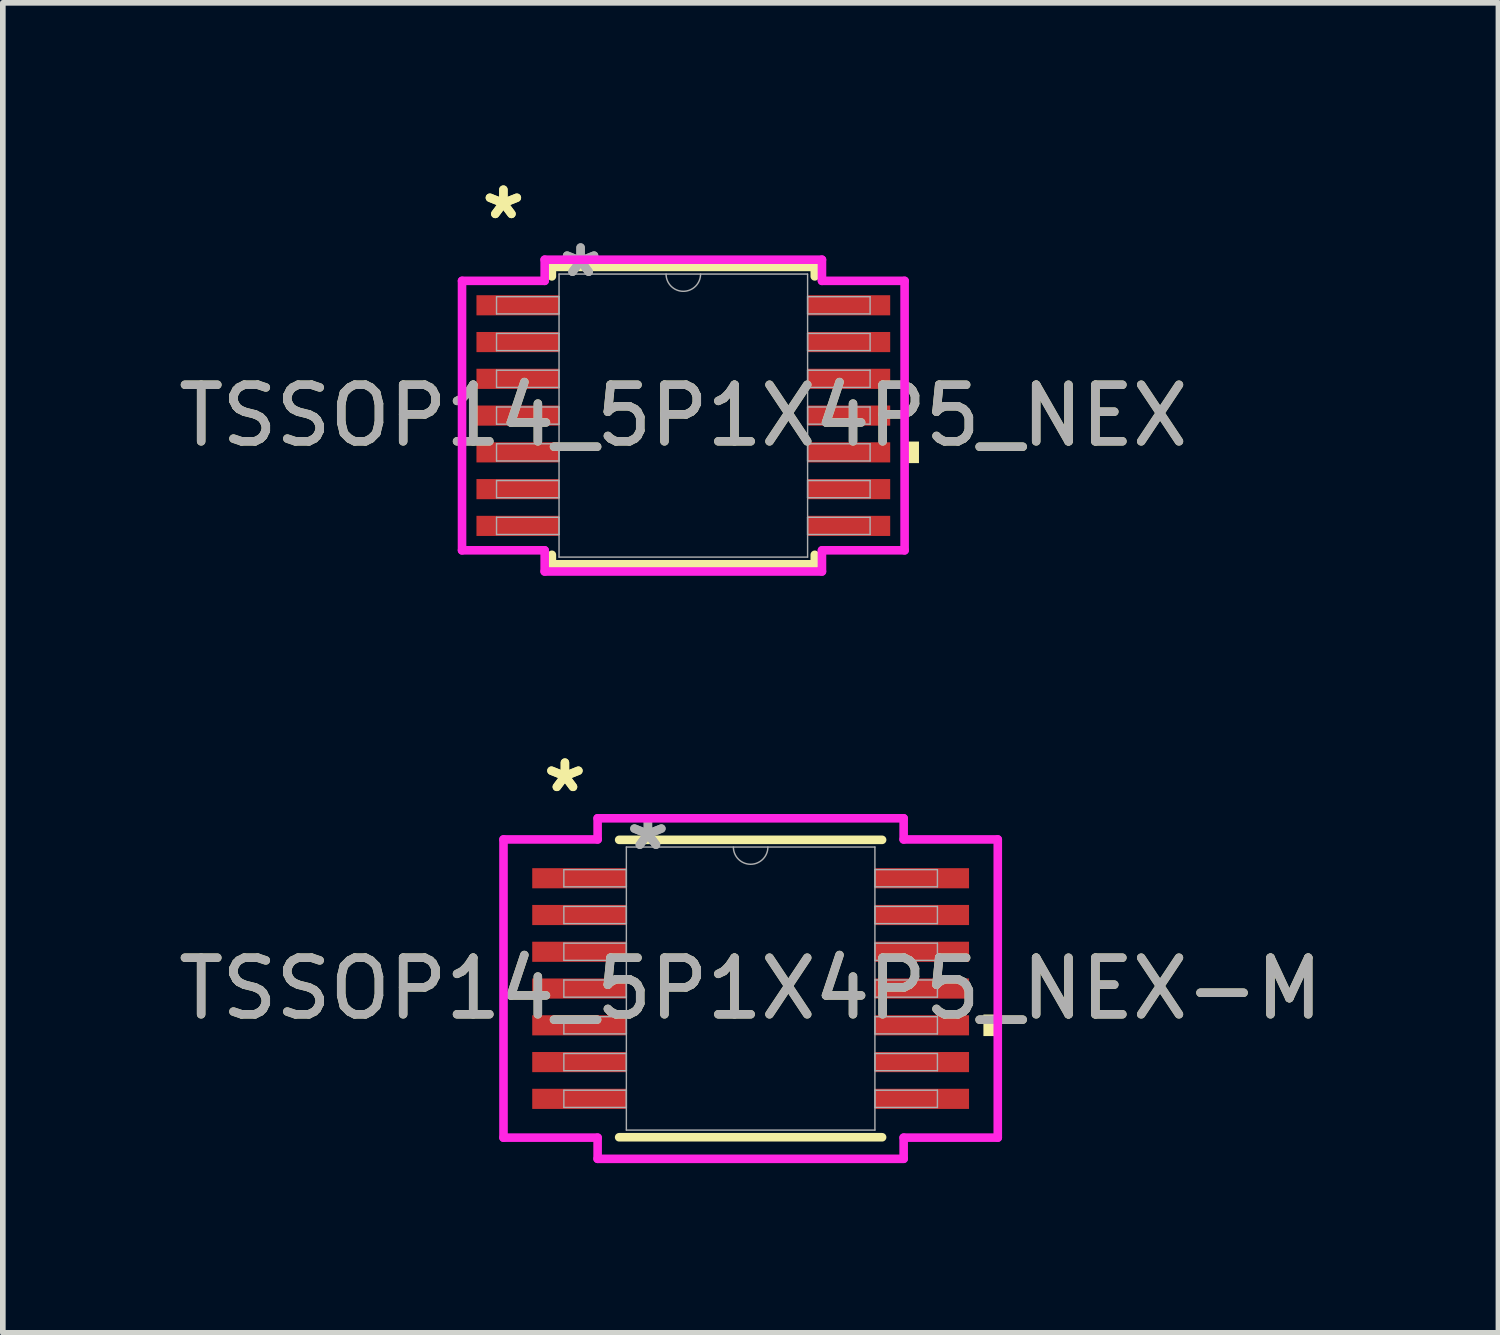
<source format=kicad_pcb>
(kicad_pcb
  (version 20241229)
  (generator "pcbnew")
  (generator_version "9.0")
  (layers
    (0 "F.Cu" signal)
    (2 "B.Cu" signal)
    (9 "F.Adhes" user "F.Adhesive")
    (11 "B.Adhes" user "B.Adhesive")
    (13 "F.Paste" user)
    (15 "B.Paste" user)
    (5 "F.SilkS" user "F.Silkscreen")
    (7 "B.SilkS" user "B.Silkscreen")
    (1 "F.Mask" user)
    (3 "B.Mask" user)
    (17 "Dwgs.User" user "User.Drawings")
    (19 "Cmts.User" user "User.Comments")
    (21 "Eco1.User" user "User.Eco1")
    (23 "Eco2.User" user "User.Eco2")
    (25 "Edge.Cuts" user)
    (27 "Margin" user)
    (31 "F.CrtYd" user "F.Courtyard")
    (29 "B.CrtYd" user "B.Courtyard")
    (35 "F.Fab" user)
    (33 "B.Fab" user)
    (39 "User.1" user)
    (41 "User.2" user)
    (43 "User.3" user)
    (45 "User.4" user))
  (footprint "TSSOP14_5P1X4P5_NEX"
    (layer "F.Cu")
    (at 9.03 4.297)
    (property "Reference" "TSSOP14_5P1X4P5_NEX" (at 0 0 0) (unlocked yes) (layer "F.SilkS") (effects (font (size 1 1) (thickness 0.15))))
    (attr smd)
    (fp_line (start -2.324 -2.629) (end -2.324 -2.461) (stroke (width 0.152) (type solid)) (layer "F.SilkS"))
    (fp_line (start -2.324 2.461) (end -2.324 2.629) (stroke (width 0.152) (type solid)) (layer "F.SilkS"))
    (fp_line (start -2.324 2.629) (end 2.324 2.629) (stroke (width 0.152) (type solid)) (layer "F.SilkS"))
    (fp_line (start 2.324 -2.629) (end -2.324 -2.629) (stroke (width 0.152) (type solid)) (layer "F.SilkS"))
    (fp_line (start 2.324 -2.461) (end 2.324 -2.629) (stroke (width 0.152) (type solid)) (layer "F.SilkS"))
    (fp_line (start 2.324 2.629) (end 2.324 2.461) (stroke (width 0.152) (type solid)) (layer "F.SilkS"))
    (fp_poly (pts (xy 4.166 0.459) (xy 4.166 0.84) (xy 3.912 0.84) (xy 3.912 0.459)) (stroke (width 0) (type solid)) (fill yes) (layer "F.SilkS"))
    (fp_line (start -3.912 -2.382) (end -2.451 -2.382) (stroke (width 0.152) (type solid)) (layer "F.CrtYd"))
    (fp_line (start -3.912 2.382) (end -3.912 -2.382) (stroke (width 0.152) (type solid)) (layer "F.CrtYd"))
    (fp_line (start -3.912 2.382) (end -2.451 2.382) (stroke (width 0.152) (type solid)) (layer "F.CrtYd"))
    (fp_line (start -2.451 -2.756) (end 2.451 -2.756) (stroke (width 0.152) (type solid)) (layer "F.CrtYd"))
    (fp_line (start -2.451 -2.382) (end -2.451 -2.756) (stroke (width 0.152) (type solid)) (layer "F.CrtYd"))
    (fp_line (start -2.451 2.756) (end -2.451 2.382) (stroke (width 0.152) (type solid)) (layer "F.CrtYd"))
    (fp_line (start 2.451 -2.756) (end 2.451 -2.382) (stroke (width 0.152) (type solid)) (layer "F.CrtYd"))
    (fp_line (start 2.451 2.382) (end 2.451 2.756) (stroke (width 0.152) (type solid)) (layer "F.CrtYd"))
    (fp_line (start 2.451 2.756) (end -2.451 2.756) (stroke (width 0.152) (type solid)) (layer "F.CrtYd"))
    (fp_line (start 3.912 -2.382) (end 2.451 -2.382) (stroke (width 0.152) (type solid)) (layer "F.CrtYd"))
    (fp_line (start 3.912 -2.382) (end 3.912 2.382) (stroke (width 0.152) (type solid)) (layer "F.CrtYd"))
    (fp_line (start 3.912 2.382) (end 2.451 2.382) (stroke (width 0.152) (type solid)) (layer "F.CrtYd"))
    (fp_line (start -3.302 -2.102) (end -3.302 -1.798) (stroke (width 0.025) (type solid)) (layer "F.Fab"))
    (fp_line (start -3.302 -1.798) (end -2.197 -1.798) (stroke (width 0.025) (type solid)) (layer "F.Fab"))
    (fp_line (start -3.302 -1.452) (end -3.302 -1.148) (stroke (width 0.025) (type solid)) (layer "F.Fab"))
    (fp_line (start -3.302 -1.148) (end -2.197 -1.148) (stroke (width 0.025) (type solid)) (layer "F.Fab"))
    (fp_line (start -3.302 -0.802) (end -3.302 -0.498) (stroke (width 0.025) (type solid)) (layer "F.Fab"))
    (fp_line (start -3.302 -0.498) (end -2.197 -0.498) (stroke (width 0.025) (type solid)) (layer "F.Fab"))
    (fp_line (start -3.302 -0.152) (end -3.302 0.152) (stroke (width 0.025) (type solid)) (layer "F.Fab"))
    (fp_line (start -3.302 0.152) (end -2.197 0.152) (stroke (width 0.025) (type solid)) (layer "F.Fab"))
    (fp_line (start -3.302 0.498) (end -3.302 0.802) (stroke (width 0.025) (type solid)) (layer "F.Fab"))
    (fp_line (start -3.302 0.802) (end -2.197 0.802) (stroke (width 0.025) (type solid)) (layer "F.Fab"))
    (fp_line (start -3.302 1.148) (end -3.302 1.452) (stroke (width 0.025) (type solid)) (layer "F.Fab"))
    (fp_line (start -3.302 1.452) (end -2.197 1.452) (stroke (width 0.025) (type solid)) (layer "F.Fab"))
    (fp_line (start -3.302 1.798) (end -3.302 2.102) (stroke (width 0.025) (type solid)) (layer "F.Fab"))
    (fp_line (start -3.302 2.102) (end -2.197 2.102) (stroke (width 0.025) (type solid)) (layer "F.Fab"))
    (fp_line (start -2.197 -2.502) (end -2.197 2.502) (stroke (width 0.025) (type solid)) (layer "F.Fab"))
    (fp_line (start -2.197 -2.102) (end -3.302 -2.102) (stroke (width 0.025) (type solid)) (layer "F.Fab"))
    (fp_line (start -2.197 -1.798) (end -2.197 -2.102) (stroke (width 0.025) (type solid)) (layer "F.Fab"))
    (fp_line (start -2.197 -1.452) (end -3.302 -1.452) (stroke (width 0.025) (type solid)) (layer "F.Fab"))
    (fp_line (start -2.197 -1.148) (end -2.197 -1.452) (stroke (width 0.025) (type solid)) (layer "F.Fab"))
    (fp_line (start -2.197 -0.802) (end -3.302 -0.802) (stroke (width 0.025) (type solid)) (layer "F.Fab"))
    (fp_line (start -2.197 -0.498) (end -2.197 -0.802) (stroke (width 0.025) (type solid)) (layer "F.Fab"))
    (fp_line (start -2.197 -0.152) (end -3.302 -0.152) (stroke (width 0.025) (type solid)) (layer "F.Fab"))
    (fp_line (start -2.197 0.152) (end -2.197 -0.152) (stroke (width 0.025) (type solid)) (layer "F.Fab"))
    (fp_line (start -2.197 0.498) (end -3.302 0.498) (stroke (width 0.025) (type solid)) (layer "F.Fab"))
    (fp_line (start -2.197 0.802) (end -2.197 0.498) (stroke (width 0.025) (type solid)) (layer "F.Fab"))
    (fp_line (start -2.197 1.148) (end -3.302 1.148) (stroke (width 0.025) (type solid)) (layer "F.Fab"))
    (fp_line (start -2.197 1.452) (end -2.197 1.148) (stroke (width 0.025) (type solid)) (layer "F.Fab"))
    (fp_line (start -2.197 1.798) (end -3.302 1.798) (stroke (width 0.025) (type solid)) (layer "F.Fab"))
    (fp_line (start -2.197 2.102) (end -2.197 1.798) (stroke (width 0.025) (type solid)) (layer "F.Fab"))
    (fp_line (start -2.197 2.502) (end 2.197 2.502) (stroke (width 0.025) (type solid)) (layer "F.Fab"))
    (fp_line (start 2.197 -2.502) (end -2.197 -2.502) (stroke (width 0.025) (type solid)) (layer "F.Fab"))
    (fp_line (start 2.197 -2.102) (end 2.197 -1.798) (stroke (width 0.025) (type solid)) (layer "F.Fab"))
    (fp_line (start 2.197 -1.798) (end 3.302 -1.798) (stroke (width 0.025) (type solid)) (layer "F.Fab"))
    (fp_line (start 2.197 -1.452) (end 2.197 -1.148) (stroke (width 0.025) (type solid)) (layer "F.Fab"))
    (fp_line (start 2.197 -1.148) (end 3.302 -1.148) (stroke (width 0.025) (type solid)) (layer "F.Fab"))
    (fp_line (start 2.197 -0.802) (end 2.197 -0.498) (stroke (width 0.025) (type solid)) (layer "F.Fab"))
    (fp_line (start 2.197 -0.498) (end 3.302 -0.498) (stroke (width 0.025) (type solid)) (layer "F.Fab"))
    (fp_line (start 2.197 -0.152) (end 2.197 0.152) (stroke (width 0.025) (type solid)) (layer "F.Fab"))
    (fp_line (start 2.197 0.152) (end 3.302 0.152) (stroke (width 0.025) (type solid)) (layer "F.Fab"))
    (fp_line (start 2.197 0.498) (end 2.197 0.802) (stroke (width 0.025) (type solid)) (layer "F.Fab"))
    (fp_line (start 2.197 0.802) (end 3.302 0.802) (stroke (width 0.025) (type solid)) (layer "F.Fab"))
    (fp_line (start 2.197 1.148) (end 2.197 1.452) (stroke (width 0.025) (type solid)) (layer "F.Fab"))
    (fp_line (start 2.197 1.452) (end 3.302 1.452) (stroke (width 0.025) (type solid)) (layer "F.Fab"))
    (fp_line (start 2.197 1.798) (end 2.197 2.102) (stroke (width 0.025) (type solid)) (layer "F.Fab"))
    (fp_line (start 2.197 2.102) (end 3.302 2.102) (stroke (width 0.025) (type solid)) (layer "F.Fab"))
    (fp_line (start 2.197 2.502) (end 2.197 -2.502) (stroke (width 0.025) (type solid)) (layer "F.Fab"))
    (fp_line (start 3.302 -2.102) (end 2.197 -2.102) (stroke (width 0.025) (type solid)) (layer "F.Fab"))
    (fp_line (start 3.302 -1.798) (end 3.302 -2.102) (stroke (width 0.025) (type solid)) (layer "F.Fab"))
    (fp_line (start 3.302 -1.452) (end 2.197 -1.452) (stroke (width 0.025) (type solid)) (layer "F.Fab"))
    (fp_line (start 3.302 -1.148) (end 3.302 -1.452) (stroke (width 0.025) (type solid)) (layer "F.Fab"))
    (fp_line (start 3.302 -0.802) (end 2.197 -0.802) (stroke (width 0.025) (type solid)) (layer "F.Fab"))
    (fp_line (start 3.302 -0.498) (end 3.302 -0.802) (stroke (width 0.025) (type solid)) (layer "F.Fab"))
    (fp_line (start 3.302 -0.152) (end 2.197 -0.152) (stroke (width 0.025) (type solid)) (layer "F.Fab"))
    (fp_line (start 3.302 0.152) (end 3.302 -0.152) (stroke (width 0.025) (type solid)) (layer "F.Fab"))
    (fp_line (start 3.302 0.498) (end 2.197 0.498) (stroke (width 0.025) (type solid)) (layer "F.Fab"))
    (fp_line (start 3.302 0.802) (end 3.302 0.498) (stroke (width 0.025) (type solid)) (layer "F.Fab"))
    (fp_line (start 3.302 1.148) (end 2.197 1.148) (stroke (width 0.025) (type solid)) (layer "F.Fab"))
    (fp_line (start 3.302 1.452) (end 3.302 1.148) (stroke (width 0.025) (type solid)) (layer "F.Fab"))
    (fp_line (start 3.302 1.798) (end 2.197 1.798) (stroke (width 0.025) (type solid)) (layer "F.Fab"))
    (fp_line (start 3.302 2.102) (end 3.302 1.798) (stroke (width 0.025) (type solid)) (layer "F.Fab"))
    (fp_arc (start 0.3048 -2.5019) (mid 0 -2.1971) (end -0.3048 -2.5019) (stroke (width 0.0254) (type solid)) (layer "F.Fab"))
    (fp_text user "*" (at -3.181 -3.449 0) (layer "F.SilkS") (effects (font (size 1 1) (thickness 0.15))))
    (fp_text user "*" (at -3.181 -3.449 0) (unlocked yes) (layer "F.SilkS") (effects (font (size 1 1) (thickness 0.15))))
    (fp_text user "*" (at -1.816 -2.426 0) (unlocked yes) (layer "F.Fab") (effects (font (size 1 1) (thickness 0.15))))
    (fp_text user "${REFERENCE}" (at 0 0 0) (unlocked yes) (layer "F.Fab") (effects (font (size 1 1) (thickness 0.15))))
    (fp_text user "*" (at -1.816 -2.426 0) (layer "F.Fab") (effects (font (size 1 1) (thickness 0.15))))
    (pad "1" smd rect (at -2.927 -1.95) (size 1.46 0.356) (layers "F.Cu" "F.Mask" "F.Paste"))
    (pad "2" smd rect (at -2.927 -1.3) (size 1.46 0.356) (layers "F.Cu" "F.Mask" "F.Paste"))
    (pad "3" smd rect (at -2.927 -0.65) (size 1.46 0.356) (layers "F.Cu" "F.Mask" "F.Paste"))
    (pad "4" smd rect (at -2.927 0) (size 1.46 0.356) (layers "F.Cu" "F.Mask" "F.Paste"))
    (pad "5" smd rect (at -2.927 0.65) (size 1.46 0.356) (layers "F.Cu" "F.Mask" "F.Paste"))
    (pad "6" smd rect (at -2.927 1.3) (size 1.46 0.356) (layers "F.Cu" "F.Mask" "F.Paste"))
    (pad "7" smd rect (at -2.927 1.95) (size 1.46 0.356) (layers "F.Cu" "F.Mask" "F.Paste"))
    (pad "8" smd rect (at 2.927 1.95) (size 1.46 0.356) (layers "F.Cu" "F.Mask" "F.Paste"))
    (pad "9" smd rect (at 2.927 1.3) (size 1.46 0.356) (layers "F.Cu" "F.Mask" "F.Paste"))
    (pad "10" smd rect (at 2.927 0.65) (size 1.46 0.356) (layers "F.Cu" "F.Mask" "F.Paste"))
    (pad "11" smd rect (at 2.927 0) (size 1.46 0.356) (layers "F.Cu" "F.Mask" "F.Paste"))
    (pad "12" smd rect (at 2.927 -0.65) (size 1.46 0.356) (layers "F.Cu" "F.Mask" "F.Paste"))
    (pad "13" smd rect (at 2.927 -1.3) (size 1.46 0.356) (layers "F.Cu" "F.Mask" "F.Paste"))
    (pad "14" smd rect (at 2.927 -1.95) (size 1.46 0.356) (layers "F.Cu" "F.Mask" "F.Paste")))
  (footprint "TSSOP14_5P1X4P5_NEX-M"
    (layer "F.Cu")
    (at 10.22 14.426)
    (property "Reference" "TSSOP14_5P1X4P5_NEX-M" (at 0 0 0) (unlocked yes) (layer "F.SilkS") (effects (font (size 1 1) (thickness 0.15))))
    (attr smd)
    (fp_line (start -2.324 2.629) (end 2.324 2.629) (stroke (width 0.152) (type solid)) (layer "F.SilkS"))
    (fp_line (start 2.324 -2.629) (end -2.324 -2.629) (stroke (width 0.152) (type solid)) (layer "F.SilkS"))
    (fp_poly (pts (xy 4.369 0.459) (xy 4.369 0.84) (xy 4.115 0.84) (xy 4.115 0.459)) (stroke (width 0) (type solid)) (fill yes) (layer "F.SilkS"))
    (fp_line (start -4.369 -2.636) (end -2.705 -2.636) (stroke (width 0.152) (type solid)) (layer "F.CrtYd"))
    (fp_line (start -4.369 2.636) (end -4.369 -2.636) (stroke (width 0.152) (type solid)) (layer "F.CrtYd"))
    (fp_line (start -4.369 2.636) (end -2.705 2.636) (stroke (width 0.152) (type solid)) (layer "F.CrtYd"))
    (fp_line (start -2.705 -3.01) (end 2.705 -3.01) (stroke (width 0.152) (type solid)) (layer "F.CrtYd"))
    (fp_line (start -2.705 -2.636) (end -2.705 -3.01) (stroke (width 0.152) (type solid)) (layer "F.CrtYd"))
    (fp_line (start -2.705 3.01) (end -2.705 2.636) (stroke (width 0.152) (type solid)) (layer "F.CrtYd"))
    (fp_line (start 2.705 -3.01) (end 2.705 -2.636) (stroke (width 0.152) (type solid)) (layer "F.CrtYd"))
    (fp_line (start 2.705 2.636) (end 2.705 3.01) (stroke (width 0.152) (type solid)) (layer "F.CrtYd"))
    (fp_line (start 2.705 3.01) (end -2.705 3.01) (stroke (width 0.152) (type solid)) (layer "F.CrtYd"))
    (fp_line (start 4.369 -2.636) (end 2.705 -2.636) (stroke (width 0.152) (type solid)) (layer "F.CrtYd"))
    (fp_line (start 4.369 -2.636) (end 4.369 2.636) (stroke (width 0.152) (type solid)) (layer "F.CrtYd"))
    (fp_line (start 4.369 2.636) (end 2.705 2.636) (stroke (width 0.152) (type solid)) (layer "F.CrtYd"))
    (fp_line (start -3.302 -2.102) (end -3.302 -1.798) (stroke (width 0.025) (type solid)) (layer "F.Fab"))
    (fp_line (start -3.302 -1.798) (end -2.197 -1.798) (stroke (width 0.025) (type solid)) (layer "F.Fab"))
    (fp_line (start -3.302 -1.452) (end -3.302 -1.148) (stroke (width 0.025) (type solid)) (layer "F.Fab"))
    (fp_line (start -3.302 -1.148) (end -2.197 -1.148) (stroke (width 0.025) (type solid)) (layer "F.Fab"))
    (fp_line (start -3.302 -0.802) (end -3.302 -0.498) (stroke (width 0.025) (type solid)) (layer "F.Fab"))
    (fp_line (start -3.302 -0.498) (end -2.197 -0.498) (stroke (width 0.025) (type solid)) (layer "F.Fab"))
    (fp_line (start -3.302 -0.152) (end -3.302 0.152) (stroke (width 0.025) (type solid)) (layer "F.Fab"))
    (fp_line (start -3.302 0.152) (end -2.197 0.152) (stroke (width 0.025) (type solid)) (layer "F.Fab"))
    (fp_line (start -3.302 0.498) (end -3.302 0.802) (stroke (width 0.025) (type solid)) (layer "F.Fab"))
    (fp_line (start -3.302 0.802) (end -2.197 0.802) (stroke (width 0.025) (type solid)) (layer "F.Fab"))
    (fp_line (start -3.302 1.148) (end -3.302 1.452) (stroke (width 0.025) (type solid)) (layer "F.Fab"))
    (fp_line (start -3.302 1.452) (end -2.197 1.452) (stroke (width 0.025) (type solid)) (layer "F.Fab"))
    (fp_line (start -3.302 1.798) (end -3.302 2.102) (stroke (width 0.025) (type solid)) (layer "F.Fab"))
    (fp_line (start -3.302 2.102) (end -2.197 2.102) (stroke (width 0.025) (type solid)) (layer "F.Fab"))
    (fp_line (start -2.197 -2.502) (end -2.197 2.502) (stroke (width 0.025) (type solid)) (layer "F.Fab"))
    (fp_line (start -2.197 -2.102) (end -3.302 -2.102) (stroke (width 0.025) (type solid)) (layer "F.Fab"))
    (fp_line (start -2.197 -1.798) (end -2.197 -2.102) (stroke (width 0.025) (type solid)) (layer "F.Fab"))
    (fp_line (start -2.197 -1.452) (end -3.302 -1.452) (stroke (width 0.025) (type solid)) (layer "F.Fab"))
    (fp_line (start -2.197 -1.148) (end -2.197 -1.452) (stroke (width 0.025) (type solid)) (layer "F.Fab"))
    (fp_line (start -2.197 -0.802) (end -3.302 -0.802) (stroke (width 0.025) (type solid)) (layer "F.Fab"))
    (fp_line (start -2.197 -0.498) (end -2.197 -0.802) (stroke (width 0.025) (type solid)) (layer "F.Fab"))
    (fp_line (start -2.197 -0.152) (end -3.302 -0.152) (stroke (width 0.025) (type solid)) (layer "F.Fab"))
    (fp_line (start -2.197 0.152) (end -2.197 -0.152) (stroke (width 0.025) (type solid)) (layer "F.Fab"))
    (fp_line (start -2.197 0.498) (end -3.302 0.498) (stroke (width 0.025) (type solid)) (layer "F.Fab"))
    (fp_line (start -2.197 0.802) (end -2.197 0.498) (stroke (width 0.025) (type solid)) (layer "F.Fab"))
    (fp_line (start -2.197 1.148) (end -3.302 1.148) (stroke (width 0.025) (type solid)) (layer "F.Fab"))
    (fp_line (start -2.197 1.452) (end -2.197 1.148) (stroke (width 0.025) (type solid)) (layer "F.Fab"))
    (fp_line (start -2.197 1.798) (end -3.302 1.798) (stroke (width 0.025) (type solid)) (layer "F.Fab"))
    (fp_line (start -2.197 2.102) (end -2.197 1.798) (stroke (width 0.025) (type solid)) (layer "F.Fab"))
    (fp_line (start -2.197 2.502) (end 2.197 2.502) (stroke (width 0.025) (type solid)) (layer "F.Fab"))
    (fp_line (start 2.197 -2.502) (end -2.197 -2.502) (stroke (width 0.025) (type solid)) (layer "F.Fab"))
    (fp_line (start 2.197 -2.102) (end 2.197 -1.798) (stroke (width 0.025) (type solid)) (layer "F.Fab"))
    (fp_line (start 2.197 -1.798) (end 3.302 -1.798) (stroke (width 0.025) (type solid)) (layer "F.Fab"))
    (fp_line (start 2.197 -1.452) (end 2.197 -1.148) (stroke (width 0.025) (type solid)) (layer "F.Fab"))
    (fp_line (start 2.197 -1.148) (end 3.302 -1.148) (stroke (width 0.025) (type solid)) (layer "F.Fab"))
    (fp_line (start 2.197 -0.802) (end 2.197 -0.498) (stroke (width 0.025) (type solid)) (layer "F.Fab"))
    (fp_line (start 2.197 -0.498) (end 3.302 -0.498) (stroke (width 0.025) (type solid)) (layer "F.Fab"))
    (fp_line (start 2.197 -0.152) (end 2.197 0.152) (stroke (width 0.025) (type solid)) (layer "F.Fab"))
    (fp_line (start 2.197 0.152) (end 3.302 0.152) (stroke (width 0.025) (type solid)) (layer "F.Fab"))
    (fp_line (start 2.197 0.498) (end 2.197 0.802) (stroke (width 0.025) (type solid)) (layer "F.Fab"))
    (fp_line (start 2.197 0.802) (end 3.302 0.802) (stroke (width 0.025) (type solid)) (layer "F.Fab"))
    (fp_line (start 2.197 1.148) (end 2.197 1.452) (stroke (width 0.025) (type solid)) (layer "F.Fab"))
    (fp_line (start 2.197 1.452) (end 3.302 1.452) (stroke (width 0.025) (type solid)) (layer "F.Fab"))
    (fp_line (start 2.197 1.798) (end 2.197 2.102) (stroke (width 0.025) (type solid)) (layer "F.Fab"))
    (fp_line (start 2.197 2.102) (end 3.302 2.102) (stroke (width 0.025) (type solid)) (layer "F.Fab"))
    (fp_line (start 2.197 2.502) (end 2.197 -2.502) (stroke (width 0.025) (type solid)) (layer "F.Fab"))
    (fp_line (start 3.302 -2.102) (end 2.197 -2.102) (stroke (width 0.025) (type solid)) (layer "F.Fab"))
    (fp_line (start 3.302 -1.798) (end 3.302 -2.102) (stroke (width 0.025) (type solid)) (layer "F.Fab"))
    (fp_line (start 3.302 -1.452) (end 2.197 -1.452) (stroke (width 0.025) (type solid)) (layer "F.Fab"))
    (fp_line (start 3.302 -1.148) (end 3.302 -1.452) (stroke (width 0.025) (type solid)) (layer "F.Fab"))
    (fp_line (start 3.302 -0.802) (end 2.197 -0.802) (stroke (width 0.025) (type solid)) (layer "F.Fab"))
    (fp_line (start 3.302 -0.498) (end 3.302 -0.802) (stroke (width 0.025) (type solid)) (layer "F.Fab"))
    (fp_line (start 3.302 -0.152) (end 2.197 -0.152) (stroke (width 0.025) (type solid)) (layer "F.Fab"))
    (fp_line (start 3.302 0.152) (end 3.302 -0.152) (stroke (width 0.025) (type solid)) (layer "F.Fab"))
    (fp_line (start 3.302 0.498) (end 2.197 0.498) (stroke (width 0.025) (type solid)) (layer "F.Fab"))
    (fp_line (start 3.302 0.802) (end 3.302 0.498) (stroke (width 0.025) (type solid)) (layer "F.Fab"))
    (fp_line (start 3.302 1.148) (end 2.197 1.148) (stroke (width 0.025) (type solid)) (layer "F.Fab"))
    (fp_line (start 3.302 1.452) (end 3.302 1.148) (stroke (width 0.025) (type solid)) (layer "F.Fab"))
    (fp_line (start 3.302 1.798) (end 2.197 1.798) (stroke (width 0.025) (type solid)) (layer "F.Fab"))
    (fp_line (start 3.302 2.102) (end 3.302 1.798) (stroke (width 0.025) (type solid)) (layer "F.Fab"))
    (fp_arc (start 0.3048 -2.5019) (mid 0 -2.1971) (end -0.3048 -2.5019) (stroke (width 0.0254) (type solid)) (layer "F.Fab"))
    (fp_text user "*" (at -3.283 -3.449 0) (unlocked yes) (layer "F.SilkS") (effects (font (size 1 1) (thickness 0.15))))
    (fp_text user "*" (at -3.283 -3.449 0) (layer "F.SilkS") (effects (font (size 1 1) (thickness 0.15))))
    (fp_text user "*" (at -1.816 -2.426 0) (layer "F.Fab") (effects (font (size 1 1) (thickness 0.15))))
    (fp_text user "*" (at -1.816 -2.426 0) (unlocked yes) (layer "F.Fab") (effects (font (size 1 1) (thickness 0.15))))
    (fp_text user "${REFERENCE}" (at 0 0 0) (unlocked yes) (layer "F.Fab") (effects (font (size 1 1) (thickness 0.15))))
    (pad "1" smd rect (at -3.029 -1.95) (size 1.664 0.356) (layers "F.Cu" "F.Mask" "F.Paste"))
    (pad "2" smd rect (at -3.029 -1.3) (size 1.664 0.356) (layers "F.Cu" "F.Mask" "F.Paste"))
    (pad "3" smd rect (at -3.029 -0.65) (size 1.664 0.356) (layers "F.Cu" "F.Mask" "F.Paste"))
    (pad "4" smd rect (at -3.029 0) (size 1.664 0.356) (layers "F.Cu" "F.Mask" "F.Paste"))
    (pad "5" smd rect (at -3.029 0.65) (size 1.664 0.356) (layers "F.Cu" "F.Mask" "F.Paste"))
    (pad "6" smd rect (at -3.029 1.3) (size 1.664 0.356) (layers "F.Cu" "F.Mask" "F.Paste"))
    (pad "7" smd rect (at -3.029 1.95) (size 1.664 0.356) (layers "F.Cu" "F.Mask" "F.Paste"))
    (pad "8" smd rect (at 3.029 1.95) (size 1.664 0.356) (layers "F.Cu" "F.Mask" "F.Paste"))
    (pad "9" smd rect (at 3.029 1.3) (size 1.664 0.356) (layers "F.Cu" "F.Mask" "F.Paste"))
    (pad "10" smd rect (at 3.029 0.65) (size 1.664 0.356) (layers "F.Cu" "F.Mask" "F.Paste"))
    (pad "11" smd rect (at 3.029 0) (size 1.664 0.356) (layers "F.Cu" "F.Mask" "F.Paste"))
    (pad "12" smd rect (at 3.029 -0.65) (size 1.664 0.356) (layers "F.Cu" "F.Mask" "F.Paste"))
    (pad "13" smd rect (at 3.029 -1.3) (size 1.664 0.356) (layers "F.Cu" "F.Mask" "F.Paste"))
    (pad "14" smd rect (at 3.029 -1.95) (size 1.664 0.356) (layers "F.Cu" "F.Mask" "F.Paste")))
  (gr_rect
    (start -3 -3)
    (end 23.44 20.512)
    (stroke (width 0.1) (type default))
    (fill no)
    (layer "Edge.Cuts")))
</source>
